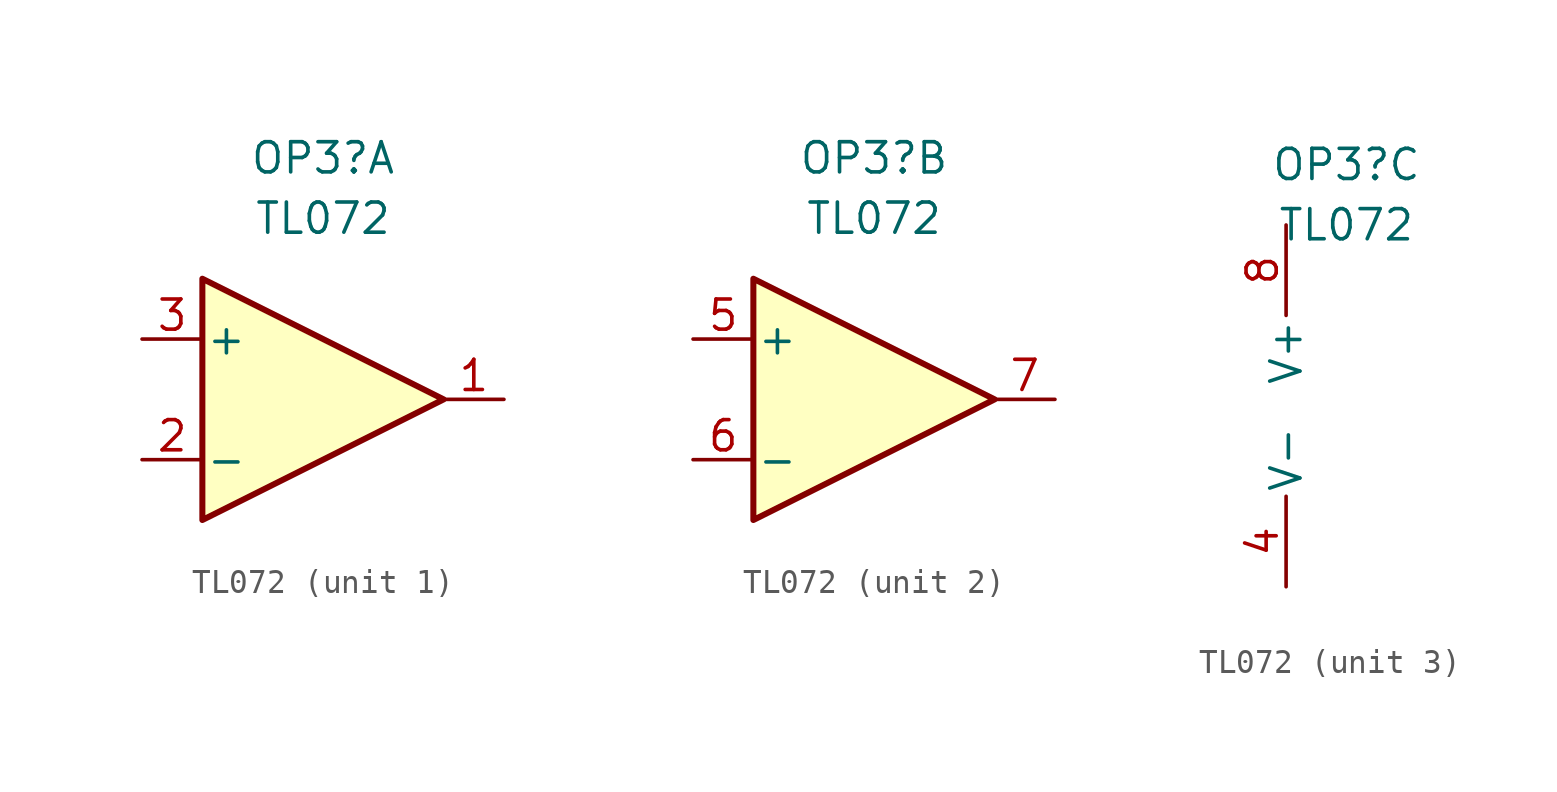
<source format=kicad_sym>
(kicad_symbol_lib
  (version 20241209)
  (generator "kicad_symbol_editor")
  (generator_version "9.0")
  (symbol "TL072"
    (pin_names
      (offset 0.127))
    (property "Reference" "OP3"
      (at 0 10.16 0)
      (effects (font (size 1.27 1.27))))
    (property "Value" "TL072"
      (at 0 7.62 0)
      (effects (font (size 1.27 1.27))))
    (property "ki_locked" ""
      (at 0 0 0)
      (effects (font (size 1.27 1.27))))
    (symbol "TL072_1_1"
      (polyline (pts (xy -5.08 5.08) (xy 5.08 0) (xy -5.08 -5.08) (xy -5.08 5.08)) (stroke (width 0.254) (type default)) (fill (type background)))
      (pin input line (at -7.62 2.54 0) (length 2.54) (name "+" (effects (font (size 1.27 1.27)))) (number "3" (effects (font (size 1.27 1.27)))))
      (pin input line (at -7.62 -2.54 0) (length 2.54) (name "-" (effects (font (size 1.27 1.27)))) (number "2" (effects (font (size 1.27 1.27)))))
      (pin output line (at 7.62 0 180) (length 2.54) (name "~" (effects (font (size 1.27 1.27)))) (number "1" (effects (font (size 1.27 1.27))))))
    (symbol "TL072_2_1"
      (polyline (pts (xy -5.08 5.08) (xy 5.08 0) (xy -5.08 -5.08) (xy -5.08 5.08)) (stroke (width 0.254) (type default)) (fill (type background)))
      (pin input line (at -7.62 2.54 0) (length 2.54) (name "+" (effects (font (size 1.27 1.27)))) (number "5" (effects (font (size 1.27 1.27)))))
      (pin input line (at -7.62 -2.54 0) (length 2.54) (name "-" (effects (font (size 1.27 1.27)))) (number "6" (effects (font (size 1.27 1.27)))))
      (pin output line (at 7.62 0 180) (length 2.54) (name "~" (effects (font (size 1.27 1.27)))) (number "7" (effects (font (size 1.27 1.27))))))
    (symbol "TL072_3_1"
      (pin power_in line (at -2.54 7.62 270) (length 3.81) (name "V+" (effects (font (size 1.27 1.27)))) (number "8" (effects (font (size 1.27 1.27)))))
      (pin power_in line (at -2.54 -7.62 90) (length 3.81) (name "V-" (effects (font (size 1.27 1.27)))) (number "4" (effects (font (size 1.27 1.27))))))))
</source>
